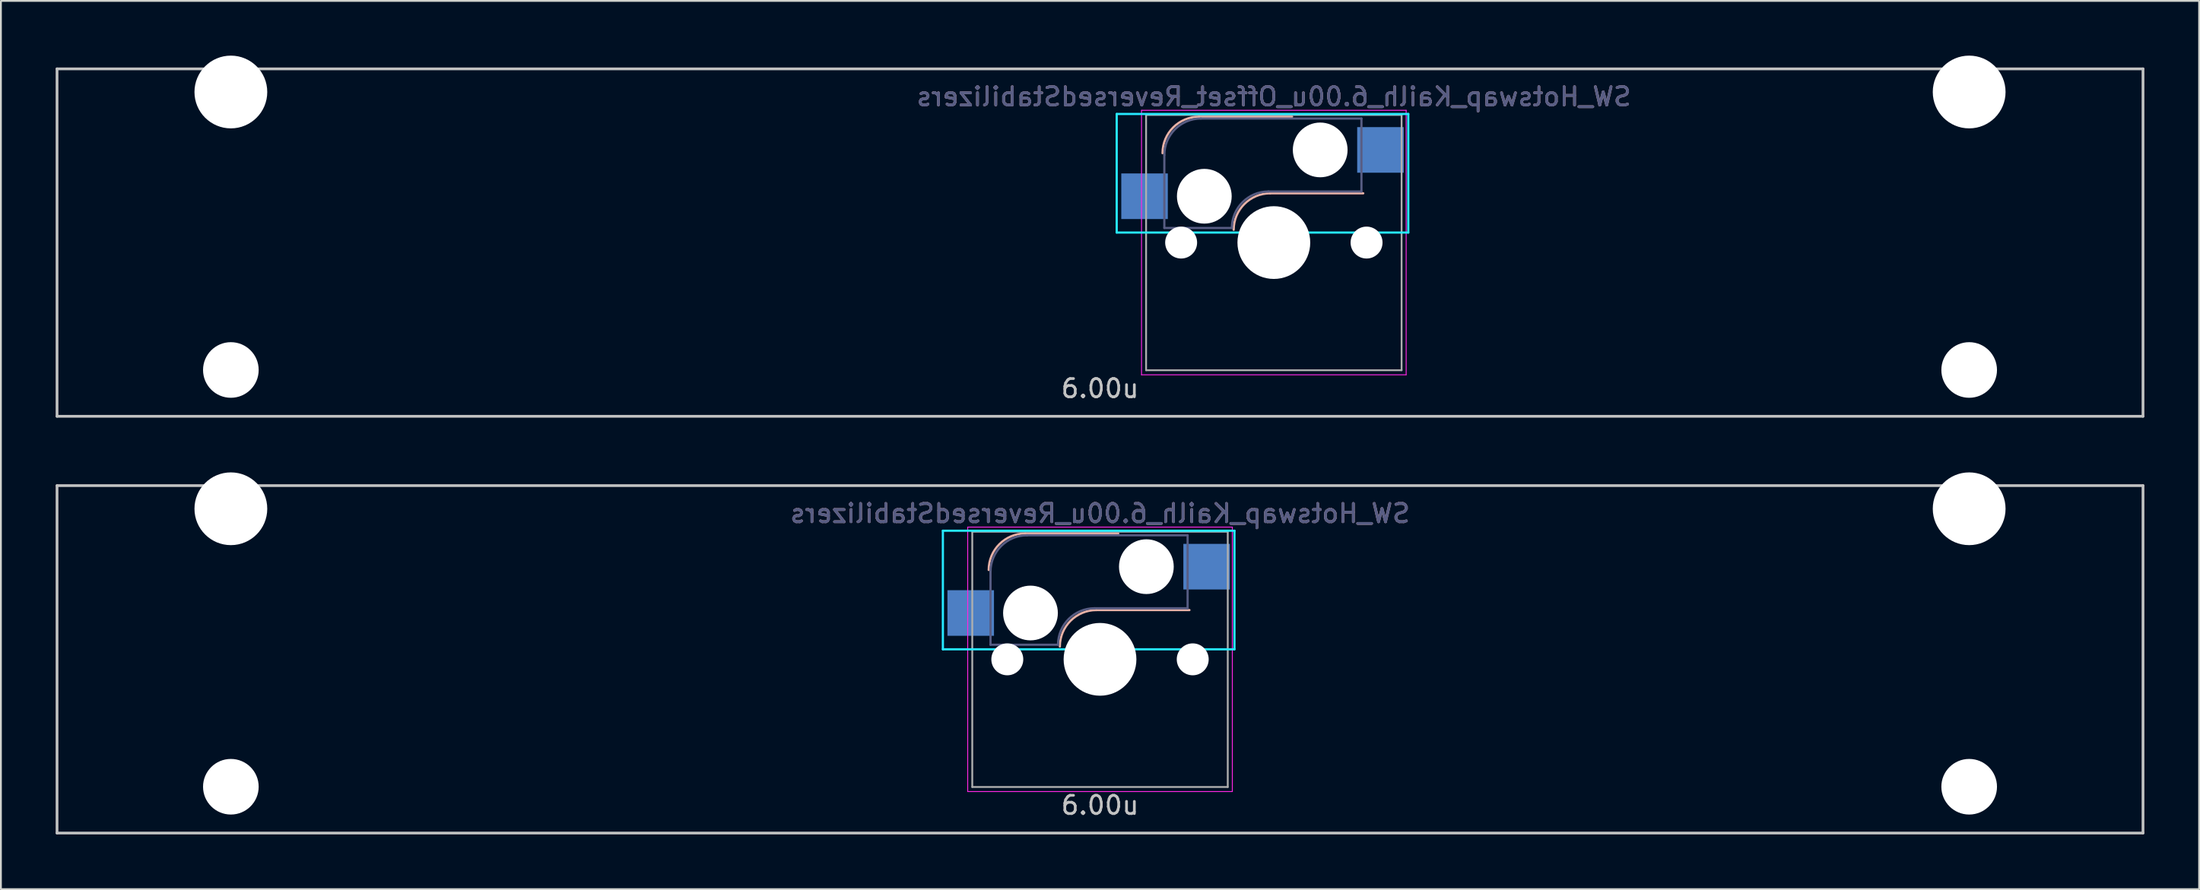
<source format=kicad_pcb>
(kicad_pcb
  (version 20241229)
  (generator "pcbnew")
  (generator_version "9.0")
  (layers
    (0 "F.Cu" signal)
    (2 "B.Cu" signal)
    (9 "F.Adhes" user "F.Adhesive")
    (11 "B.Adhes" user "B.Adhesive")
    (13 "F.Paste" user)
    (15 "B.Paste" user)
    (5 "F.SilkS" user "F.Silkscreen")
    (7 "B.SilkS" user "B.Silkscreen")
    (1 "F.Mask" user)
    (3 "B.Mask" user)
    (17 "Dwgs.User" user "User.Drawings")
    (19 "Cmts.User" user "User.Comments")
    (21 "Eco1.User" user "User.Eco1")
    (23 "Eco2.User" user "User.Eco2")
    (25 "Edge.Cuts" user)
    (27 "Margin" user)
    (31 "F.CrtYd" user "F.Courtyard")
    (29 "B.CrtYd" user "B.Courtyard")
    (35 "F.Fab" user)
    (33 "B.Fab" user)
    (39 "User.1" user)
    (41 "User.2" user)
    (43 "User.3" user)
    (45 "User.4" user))
  (footprint "SW_Hotswap_Kailh_6.00u_Offset_ReversedStabilizers"
    (layer "F.Cu")
    (at 57.225 10.249)
    (property "Reference" "SW_Hotswap_Kailh_6.00u_Offset_ReversedStabilizers" (at 9.525 -8 0) (layer "B.SilkS") (effects (font (size 1 1) (thickness 0.15)) (justify mirror)))
    (attr smd)
    (fp_line (start 10.525 -6.9) (end 5.425 -6.9) (stroke (width 0.12) (type solid)) (layer "B.SilkS"))
    (fp_line (start 14.425 -2.7) (end 9.325 -2.7) (stroke (width 0.12) (type solid)) (layer "B.SilkS"))
    (fp_arc (start 3.425 -4.9) (mid 4.010786 -6.314214) (end 5.425 -6.9) (stroke (width 0.12) (type solid)) (layer "B.SilkS"))
    (fp_arc (start 7.325 -0.7) (mid 7.910786 -2.114214) (end 9.325 -2.7) (stroke (width 0.12) (type solid)) (layer "B.SilkS"))
    (fp_line (start -57.15 -9.525) (end 57.15 -9.525) (stroke (width 0.15) (type solid)) (layer "Dwgs.User"))
    (fp_line (start -57.15 9.525) (end -57.15 -9.525) (stroke (width 0.15) (type solid)) (layer "Dwgs.User"))
    (fp_line (start -57.15 9.525) (end 57.15 9.525) (stroke (width 0.15) (type solid)) (layer "Dwgs.User"))
    (fp_line (start 57.15 -9.525) (end 57.15 9.525) (stroke (width 0.15) (type solid)) (layer "Dwgs.User"))
    (fp_line (start 0.915 -7.05) (end 16.892 -7.05) (stroke (width 0.12) (type solid)) (layer "B.CrtYd"))
    (fp_line (start 0.915 -0.55) (end 0.915 -7.05) (stroke (width 0.12) (type solid)) (layer "B.CrtYd"))
    (fp_line (start 0.915 -0.55) (end 16.892 -0.55) (stroke (width 0.12) (type solid)) (layer "B.CrtYd"))
    (fp_line (start 16.892 -7.05) (end 16.892 -0.55) (stroke (width 0.12) (type solid)) (layer "B.CrtYd"))
    (fp_line (start 2.275 -7.25) (end 16.775 -7.25) (stroke (width 0.05) (type solid)) (layer "F.CrtYd"))
    (fp_line (start 2.275 7.25) (end 2.275 -7.25) (stroke (width 0.05) (type solid)) (layer "F.CrtYd"))
    (fp_line (start 16.775 -7.25) (end 16.775 7.25) (stroke (width 0.05) (type solid)) (layer "F.CrtYd"))
    (fp_line (start 16.775 7.25) (end 2.275 7.25) (stroke (width 0.05) (type solid)) (layer "F.CrtYd"))
    (fp_line (start 3.525 -0.8) (end 3.525 -4.8) (stroke (width 0.12) (type solid)) (layer "B.Fab"))
    (fp_line (start 3.525 -0.8) (end 7.225 -0.8) (stroke (width 0.12) (type solid)) (layer "B.Fab"))
    (fp_line (start 5.525 -6.8) (end 14.325 -6.8) (stroke (width 0.12) (type solid)) (layer "B.Fab"))
    (fp_line (start 9.225 -2.8) (end 14.325 -2.8) (stroke (width 0.12) (type solid)) (layer "B.Fab"))
    (fp_line (start 14.325 -6.8) (end 14.325 -2.8) (stroke (width 0.12) (type solid)) (layer "B.Fab"))
    (fp_arc (start 3.525 -4.8) (mid 4.110786 -6.214214) (end 5.525 -6.8) (stroke (width 0.12) (type solid)) (layer "B.Fab"))
    (fp_arc (start 7.225 -0.8) (mid 7.810786 -2.214214) (end 9.225 -2.8) (stroke (width 0.12) (type solid)) (layer "B.Fab"))
    (fp_line (start 2.525 -7) (end 16.525 -7) (stroke (width 0.1) (type solid)) (layer "F.Fab"))
    (fp_line (start 2.525 7) (end 2.525 -7) (stroke (width 0.1) (type solid)) (layer "F.Fab"))
    (fp_line (start 16.525 -7) (end 16.525 7) (stroke (width 0.1) (type solid)) (layer "F.Fab"))
    (fp_line (start 16.525 7) (end 2.525 7) (stroke (width 0.1) (type solid)) (layer "F.Fab"))
    (fp_text user "6.00u" (at 0 8 0) (layer "Dwgs.User") (effects (font (size 1 1) (thickness 0.15))))
    (fp_text user "${REFERENCE}" (at 9.525 -8 0) (layer "B.Fab") (effects (font (size 1 1) (thickness 0.15)) (justify mirror)))
    (pad "" np_thru_hole circle (at -47.625 -8.255) (size 3.988 3.988) (drill 3.988) (layers "*.Cu" "*.Mask"))
    (pad "" np_thru_hole circle (at -47.625 6.985) (size 3.048 3.048) (drill 3.048) (layers "*.Cu" "*.Mask"))
    (pad "" np_thru_hole circle (at 4.445 0 48.1) (size 1.75 1.75) (drill 1.75) (layers "*.Cu" "*.Mask"))
    (pad "" np_thru_hole circle (at 5.715 -2.54) (size 3 3) (drill 3) (layers "*.Cu" "*.Mask"))
    (pad "" np_thru_hole circle (at 9.525 0) (size 3.988 3.988) (drill 3.988) (layers "*.Cu" "*.Mask"))
    (pad "" np_thru_hole circle (at 12.065 -5.08) (size 3 3) (drill 3) (layers "*.Cu" "*.Mask"))
    (pad "" np_thru_hole circle (at 14.605 0 48.1) (size 1.75 1.75) (drill 1.75) (layers "*.Cu" "*.Mask"))
    (pad "" np_thru_hole circle (at 47.625 -8.255) (size 3.988 3.988) (drill 3.988) (layers "*.Cu" "*.Mask"))
    (pad "" np_thru_hole circle (at 47.625 6.985) (size 3.048 3.048) (drill 3.048) (layers "*.Cu" "*.Mask"))
    (pad "1" smd rect (at 2.44 -2.54) (size 2.55 2.5) (layers "B.Cu" "B.Mask" "B.Paste"))
    (pad "2" smd rect (at 15.367 -5.08) (size 2.55 2.5) (layers "B.Cu" "B.Mask" "B.Paste")))
  (footprint "SW_Hotswap_Kailh_6.00u_ReversedStabilizers"
    (layer "F.Cu")
    (at 57.225 33.098)
    (property "Reference" "SW_Hotswap_Kailh_6.00u_ReversedStabilizers" (at 0 -8 0) (layer "B.SilkS") (effects (font (size 1 1) (thickness 0.15)) (justify mirror)))
    (attr smd)
    (fp_line (start 1 -6.9) (end -4.1 -6.9) (stroke (width 0.12) (type solid)) (layer "B.SilkS"))
    (fp_line (start 4.9 -2.7) (end -0.2 -2.7) (stroke (width 0.12) (type solid)) (layer "B.SilkS"))
    (fp_arc (start -6.1 -4.9) (mid -5.514214 -6.314214) (end -4.1 -6.9) (stroke (width 0.12) (type solid)) (layer "B.SilkS"))
    (fp_arc (start -2.2 -0.7) (mid -1.614214 -2.114214) (end -0.2 -2.7) (stroke (width 0.12) (type solid)) (layer "B.SilkS"))
    (fp_line (start -57.15 -9.525) (end 57.15 -9.525) (stroke (width 0.15) (type solid)) (layer "Dwgs.User"))
    (fp_line (start -57.15 9.525) (end -57.15 -9.525) (stroke (width 0.15) (type solid)) (layer "Dwgs.User"))
    (fp_line (start -57.15 9.525) (end 57.15 9.525) (stroke (width 0.15) (type solid)) (layer "Dwgs.User"))
    (fp_line (start 57.15 -9.525) (end 57.15 9.525) (stroke (width 0.15) (type solid)) (layer "Dwgs.User"))
    (fp_line (start -8.61 -7.05) (end 7.367 -7.05) (stroke (width 0.12) (type solid)) (layer "B.CrtYd"))
    (fp_line (start -8.61 -0.55) (end -8.61 -7.05) (stroke (width 0.12) (type solid)) (layer "B.CrtYd"))
    (fp_line (start -8.61 -0.55) (end 7.367 -0.55) (stroke (width 0.12) (type solid)) (layer "B.CrtYd"))
    (fp_line (start 7.367 -7.05) (end 7.367 -0.55) (stroke (width 0.12) (type solid)) (layer "B.CrtYd"))
    (fp_line (start -7.25 -7.25) (end 7.25 -7.25) (stroke (width 0.05) (type solid)) (layer "F.CrtYd"))
    (fp_line (start -7.25 7.25) (end -7.25 -7.25) (stroke (width 0.05) (type solid)) (layer "F.CrtYd"))
    (fp_line (start 7.25 -7.25) (end 7.25 7.25) (stroke (width 0.05) (type solid)) (layer "F.CrtYd"))
    (fp_line (start 7.25 7.25) (end -7.25 7.25) (stroke (width 0.05) (type solid)) (layer "F.CrtYd"))
    (fp_line (start -6 -0.8) (end -6 -4.8) (stroke (width 0.12) (type solid)) (layer "B.Fab"))
    (fp_line (start -6 -0.8) (end -2.3 -0.8) (stroke (width 0.12) (type solid)) (layer "B.Fab"))
    (fp_line (start -4 -6.8) (end 4.8 -6.8) (stroke (width 0.12) (type solid)) (layer "B.Fab"))
    (fp_line (start -0.3 -2.8) (end 4.8 -2.8) (stroke (width 0.12) (type solid)) (layer "B.Fab"))
    (fp_line (start 4.8 -6.8) (end 4.8 -2.8) (stroke (width 0.12) (type solid)) (layer "B.Fab"))
    (fp_arc (start -6 -4.8) (mid -5.414214 -6.214214) (end -4 -6.8) (stroke (width 0.12) (type solid)) (layer "B.Fab"))
    (fp_arc (start -2.3 -0.8) (mid -1.714214 -2.214214) (end -0.3 -2.8) (stroke (width 0.12) (type solid)) (layer "B.Fab"))
    (fp_line (start -7 -7) (end 7 -7) (stroke (width 0.1) (type solid)) (layer "F.Fab"))
    (fp_line (start -7 7) (end -7 -7) (stroke (width 0.1) (type solid)) (layer "F.Fab"))
    (fp_line (start 7 -7) (end 7 7) (stroke (width 0.1) (type solid)) (layer "F.Fab"))
    (fp_line (start 7 7) (end -7 7) (stroke (width 0.1) (type solid)) (layer "F.Fab"))
    (fp_text user "6.00u" (at 0 8 0) (layer "Dwgs.User") (effects (font (size 1 1) (thickness 0.15))))
    (fp_text user "${REFERENCE}" (at 0 -8 0) (layer "B.Fab") (effects (font (size 1 1) (thickness 0.15)) (justify mirror)))
    (pad "" np_thru_hole circle (at -47.625 -8.255) (size 3.988 3.988) (drill 3.988) (layers "*.Cu" "*.Mask"))
    (pad "" np_thru_hole circle (at -47.625 6.985) (size 3.048 3.048) (drill 3.048) (layers "*.Cu" "*.Mask"))
    (pad "" np_thru_hole circle (at -5.08 0 48.1) (size 1.75 1.75) (drill 1.75) (layers "*.Cu" "*.Mask"))
    (pad "" np_thru_hole circle (at -3.81 -2.54) (size 3 3) (drill 3) (layers "*.Cu" "*.Mask"))
    (pad "" np_thru_hole circle (at 0 0) (size 3.988 3.988) (drill 3.988) (layers "*.Cu" "*.Mask"))
    (pad "" np_thru_hole circle (at 2.54 -5.08) (size 3 3) (drill 3) (layers "*.Cu" "*.Mask"))
    (pad "" np_thru_hole circle (at 5.08 0 48.1) (size 1.75 1.75) (drill 1.75) (layers "*.Cu" "*.Mask"))
    (pad "" np_thru_hole circle (at 47.625 -8.255) (size 3.988 3.988) (drill 3.988) (layers "*.Cu" "*.Mask"))
    (pad "" np_thru_hole circle (at 47.625 6.985) (size 3.048 3.048) (drill 3.048) (layers "*.Cu" "*.Mask"))
    (pad "1" smd rect (at -7.085 -2.54) (size 2.55 2.5) (layers "B.Cu" "B.Mask" "B.Paste"))
    (pad "2" smd rect (at 5.842 -5.08) (size 2.55 2.5) (layers "B.Cu" "B.Mask" "B.Paste")))
  (gr_rect
    (start -3 -3)
    (end 117.45 45.698)
    (stroke (width 0.1) (type default))
    (fill no)
    (layer "Edge.Cuts")))
</source>
